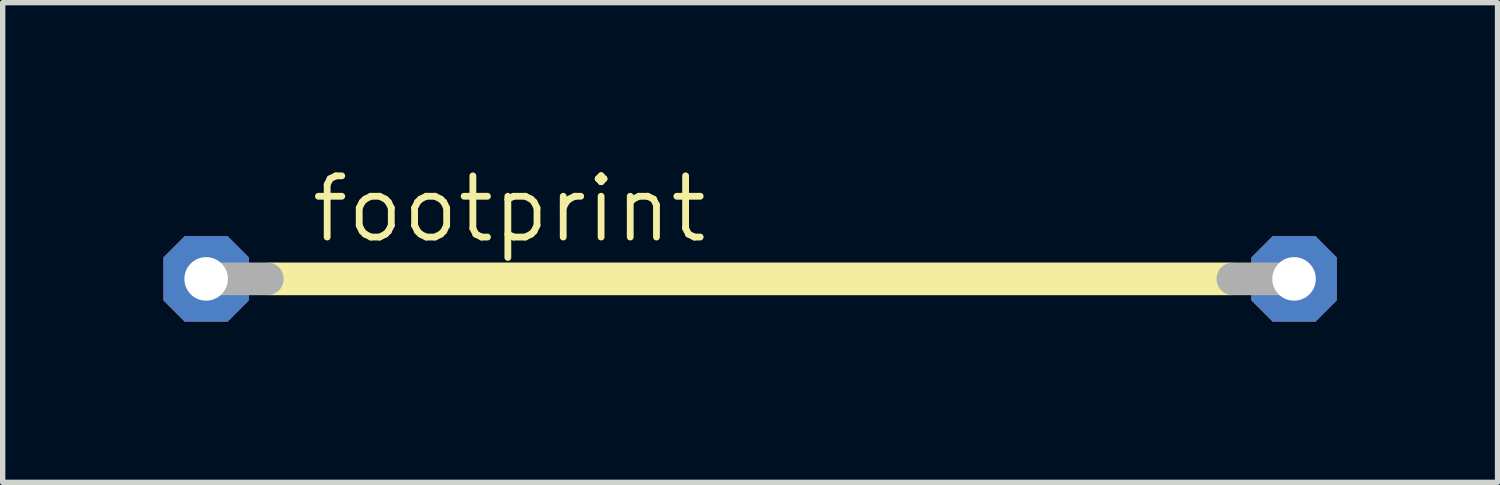
<source format=kicad_pcb>
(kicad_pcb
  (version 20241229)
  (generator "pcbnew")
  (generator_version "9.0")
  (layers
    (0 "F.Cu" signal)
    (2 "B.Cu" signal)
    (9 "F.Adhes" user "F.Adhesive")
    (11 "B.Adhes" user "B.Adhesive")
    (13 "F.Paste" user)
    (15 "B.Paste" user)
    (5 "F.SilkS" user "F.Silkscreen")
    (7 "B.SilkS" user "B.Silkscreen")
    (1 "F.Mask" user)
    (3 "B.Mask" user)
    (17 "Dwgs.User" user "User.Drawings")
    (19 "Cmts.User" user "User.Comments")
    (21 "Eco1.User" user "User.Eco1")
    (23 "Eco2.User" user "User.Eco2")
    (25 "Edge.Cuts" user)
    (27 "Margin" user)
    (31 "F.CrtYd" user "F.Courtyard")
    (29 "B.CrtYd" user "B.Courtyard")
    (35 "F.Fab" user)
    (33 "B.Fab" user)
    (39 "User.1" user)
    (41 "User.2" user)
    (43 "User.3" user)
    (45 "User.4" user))
  (footprint "footprint"
    (layer "F.Cu")
    (at 10.96 2.159)
    (property "Reference" "footprint" (at -8.255 -0.635 0) (layer "F.SilkS") (effects (font (size 1.143 1.143) (thickness 0.127)) (justify left bottom)))
    (fp_line (start -8.966 0) (end 8.966 0) (stroke (width 0.61) (type solid)) (layer "F.SilkS"))
    (fp_line (start -10.16 0) (end -9.017 0) (stroke (width 0.61) (type solid)) (layer "F.Fab"))
    (fp_line (start 10.16 0) (end 9.017 0) (stroke (width 0.61) (type solid)) (layer "F.Fab"))
    (pad "1" thru_hole roundrect (at -10.16 0) (size 1.6 1.6) (drill 0.813) (layers "*.Cu" "*.Mask") (roundrect_rratio 0.25) (chamfer_ratio 0.25) (chamfer top_left top_right bottom_left bottom_right))
    (pad "2" thru_hole roundrect (at 10.16 0) (size 1.6 1.6) (drill 0.813) (layers "*.Cu" "*.Mask") (roundrect_rratio 0.25) (chamfer_ratio 0.25) (chamfer top_left top_right bottom_left bottom_right)))
  (gr_rect
    (start -3 -3)
    (end 24.92 5.959)
    (stroke (width 0.1) (type default))
    (fill no)
    (layer "Edge.Cuts")))
</source>
